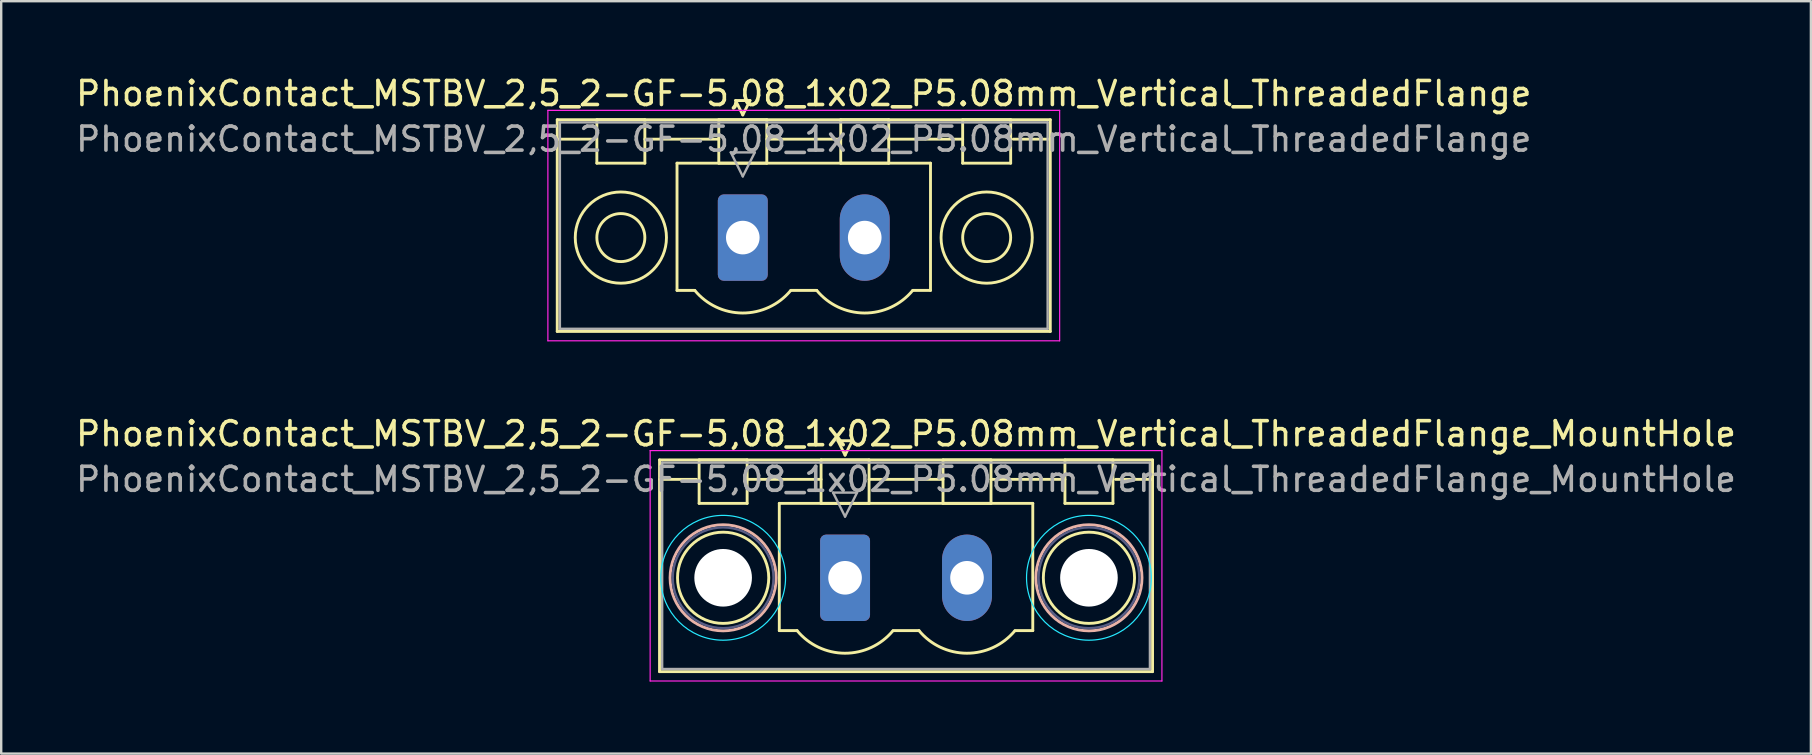
<source format=kicad_pcb>
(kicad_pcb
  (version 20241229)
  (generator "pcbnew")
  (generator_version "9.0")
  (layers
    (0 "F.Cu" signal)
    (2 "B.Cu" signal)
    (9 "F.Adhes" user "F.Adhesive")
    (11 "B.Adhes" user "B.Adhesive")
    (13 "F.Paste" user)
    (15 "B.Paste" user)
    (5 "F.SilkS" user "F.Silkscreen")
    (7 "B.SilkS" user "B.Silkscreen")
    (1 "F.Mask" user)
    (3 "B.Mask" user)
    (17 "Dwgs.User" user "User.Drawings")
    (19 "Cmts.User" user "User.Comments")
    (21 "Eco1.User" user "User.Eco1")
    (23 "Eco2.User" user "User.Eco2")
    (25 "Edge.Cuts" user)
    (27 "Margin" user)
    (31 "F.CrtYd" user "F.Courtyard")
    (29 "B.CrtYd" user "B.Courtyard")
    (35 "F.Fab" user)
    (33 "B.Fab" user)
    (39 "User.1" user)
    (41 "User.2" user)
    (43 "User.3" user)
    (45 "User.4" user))
  (footprint "PhoenixContact_MSTBV_2,5_2-GF-5,08_1x02_P5.08mm_Vertical_ThreadedFlange"
    (layer "F.Cu")
    (at 27.895 6.848)
    (property "Reference" "PhoenixContact_MSTBV_2,5_2-GF-5,08_1x02_P5.08mm_Vertical_ThreadedFlange" (at 2.54 -6 0) (layer "F.SilkS") (effects (font (size 1 1) (thickness 0.15))))
    (attr through_hole)
    (fp_line (start -7.73 -4.91) (end -7.73 3.91) (stroke (width 0.12) (type solid)) (layer "F.SilkS"))
    (fp_line (start -7.73 -4.1) (end -6.19 -4.1) (stroke (width 0.12) (type solid)) (layer "F.SilkS"))
    (fp_line (start -7.73 3.91) (end 12.81 3.91) (stroke (width 0.12) (type solid)) (layer "F.SilkS"))
    (fp_line (start -6.08 -4.91) (end -4.08 -4.91) (stroke (width 0.12) (type solid)) (layer "F.SilkS"))
    (fp_line (start -6.08 -3.1) (end -6.08 -4.91) (stroke (width 0.12) (type solid)) (layer "F.SilkS"))
    (fp_line (start -4.08 -4.91) (end -4.08 -3.1) (stroke (width 0.12) (type solid)) (layer "F.SilkS"))
    (fp_line (start -4.08 -4.1) (end -1 -4.1) (stroke (width 0.12) (type solid)) (layer "F.SilkS"))
    (fp_line (start -4.08 -3.1) (end -6.08 -3.1) (stroke (width 0.12) (type solid)) (layer "F.SilkS"))
    (fp_line (start -2.74 -3.1) (end 7.82 -3.1) (stroke (width 0.12) (type solid)) (layer "F.SilkS"))
    (fp_line (start -2.74 2.2) (end -2.74 -3.1) (stroke (width 0.12) (type solid)) (layer "F.SilkS"))
    (fp_line (start -2 2.2) (end -2.74 2.2) (stroke (width 0.12) (type solid)) (layer "F.SilkS"))
    (fp_line (start -1 -4.91) (end 1 -4.91) (stroke (width 0.12) (type solid)) (layer "F.SilkS"))
    (fp_line (start -1 -3.1) (end -1 -4.91) (stroke (width 0.12) (type solid)) (layer "F.SilkS"))
    (fp_line (start -0.3 -5.71) (end 0.3 -5.71) (stroke (width 0.12) (type solid)) (layer "F.SilkS"))
    (fp_line (start 0 -5.11) (end -0.3 -5.71) (stroke (width 0.12) (type solid)) (layer "F.SilkS"))
    (fp_line (start 0.3 -5.71) (end 0 -5.11) (stroke (width 0.12) (type solid)) (layer "F.SilkS"))
    (fp_line (start 1 -4.91) (end 1 -3.1) (stroke (width 0.12) (type solid)) (layer "F.SilkS"))
    (fp_line (start 1 -4.1) (end 4.08 -4.1) (stroke (width 0.12) (type solid)) (layer "F.SilkS"))
    (fp_line (start 1 -3.1) (end -1 -3.1) (stroke (width 0.12) (type solid)) (layer "F.SilkS"))
    (fp_line (start 2 2.2) (end 3.08 2.2) (stroke (width 0.12) (type solid)) (layer "F.SilkS"))
    (fp_line (start 4.08 -4.91) (end 6.08 -4.91) (stroke (width 0.12) (type solid)) (layer "F.SilkS"))
    (fp_line (start 4.08 -3.1) (end 4.08 -4.91) (stroke (width 0.12) (type solid)) (layer "F.SilkS"))
    (fp_line (start 6.08 -4.91) (end 6.08 -3.1) (stroke (width 0.12) (type solid)) (layer "F.SilkS"))
    (fp_line (start 6.08 -4.1) (end 9.16 -4.1) (stroke (width 0.12) (type solid)) (layer "F.SilkS"))
    (fp_line (start 6.08 -3.1) (end 4.08 -3.1) (stroke (width 0.12) (type solid)) (layer "F.SilkS"))
    (fp_line (start 7.82 -3.1) (end 7.82 2.2) (stroke (width 0.12) (type solid)) (layer "F.SilkS"))
    (fp_line (start 7.82 2.2) (end 7.08 2.2) (stroke (width 0.12) (type solid)) (layer "F.SilkS"))
    (fp_line (start 9.16 -4.91) (end 11.16 -4.91) (stroke (width 0.12) (type solid)) (layer "F.SilkS"))
    (fp_line (start 9.16 -3.1) (end 9.16 -4.91) (stroke (width 0.12) (type solid)) (layer "F.SilkS"))
    (fp_line (start 11.16 -4.91) (end 11.16 -3.1) (stroke (width 0.12) (type solid)) (layer "F.SilkS"))
    (fp_line (start 11.16 -3.1) (end 9.16 -3.1) (stroke (width 0.12) (type solid)) (layer "F.SilkS"))
    (fp_line (start 12.81 -4.91) (end -7.73 -4.91) (stroke (width 0.12) (type solid)) (layer "F.SilkS"))
    (fp_line (start 12.81 -4.1) (end 11.27 -4.1) (stroke (width 0.12) (type solid)) (layer "F.SilkS"))
    (fp_line (start 12.81 3.91) (end 12.81 -4.91) (stroke (width 0.12) (type solid)) (layer "F.SilkS"))
    (fp_arc (start 1.986842 2.215821) (mid -0.010289 3.142758) (end -2 2.2) (stroke (width 0.12) (type solid)) (layer "F.SilkS"))
    (fp_arc (start 7.066842 2.215821) (mid 5.069711 3.142758) (end 3.08 2.2) (stroke (width 0.12) (type solid)) (layer "F.SilkS"))
    (fp_circle (center -5.08 0) (end -4.08 0) (stroke (width 0.12) (type solid)) (fill no) (layer "F.SilkS"))
    (fp_circle (center -5.08 0) (end -3.18 0) (stroke (width 0.12) (type solid)) (fill no) (layer "F.SilkS"))
    (fp_circle (center 10.16 0) (end 11.16 0) (stroke (width 0.12) (type solid)) (fill no) (layer "F.SilkS"))
    (fp_circle (center 10.16 0) (end 12.06 0) (stroke (width 0.12) (type solid)) (fill no) (layer "F.SilkS"))
    (fp_line (start -8.12 -5.3) (end -8.12 4.3) (stroke (width 0.05) (type solid)) (layer "F.CrtYd"))
    (fp_line (start -8.12 4.3) (end 13.2 4.3) (stroke (width 0.05) (type solid)) (layer "F.CrtYd"))
    (fp_line (start 13.2 -5.3) (end -8.12 -5.3) (stroke (width 0.05) (type solid)) (layer "F.CrtYd"))
    (fp_line (start 13.2 4.3) (end 13.2 -5.3) (stroke (width 0.05) (type solid)) (layer "F.CrtYd"))
    (fp_line (start -7.62 -4.8) (end -7.62 3.8) (stroke (width 0.1) (type solid)) (layer "F.Fab"))
    (fp_line (start -7.62 3.8) (end 12.7 3.8) (stroke (width 0.1) (type solid)) (layer "F.Fab"))
    (fp_line (start -0.5 -3.55) (end 0.5 -3.55) (stroke (width 0.1) (type solid)) (layer "F.Fab"))
    (fp_line (start 0 -2.55) (end -0.5 -3.55) (stroke (width 0.1) (type solid)) (layer "F.Fab"))
    (fp_line (start 0.5 -3.55) (end 0 -2.55) (stroke (width 0.1) (type solid)) (layer "F.Fab"))
    (fp_line (start 12.7 -4.8) (end -7.62 -4.8) (stroke (width 0.1) (type solid)) (layer "F.Fab"))
    (fp_line (start 12.7 3.8) (end 12.7 -4.8) (stroke (width 0.1) (type solid)) (layer "F.Fab"))
    (fp_text user "${REFERENCE}" (at 2.54 -4.1 0) (layer "F.Fab") (effects (font (size 1 1) (thickness 0.15))))
    (pad "1" thru_hole roundrect (at 0 0) (size 2.08 3.6) (drill 1.4) (layers "*.Cu" "*.Mask") (roundrect_rratio 0.12))
    (pad "2" thru_hole oval (at 5.08 0) (size 2.08 3.6) (drill 1.4) (layers "*.Cu" "*.Mask")))
  (footprint "PhoenixContact_MSTBV_2,5_2-GF-5,08_1x02_P5.08mm_Vertical_ThreadedFlange_MountHole"
    (layer "F.Cu")
    (at 32.156 21.021)
    (property "Reference" "PhoenixContact_MSTBV_2,5_2-GF-5,08_1x02_P5.08mm_Vertical_ThreadedFlange_MountHole" (at 2.54 -6 0) (layer "F.SilkS") (effects (font (size 1 1) (thickness 0.15))))
    (attr through_hole)
    (fp_line (start -7.73 -4.91) (end -7.73 3.91) (stroke (width 0.12) (type solid)) (layer "F.SilkS"))
    (fp_line (start -7.73 -4.1) (end -6.19 -4.1) (stroke (width 0.12) (type solid)) (layer "F.SilkS"))
    (fp_line (start -7.73 3.91) (end 12.81 3.91) (stroke (width 0.12) (type solid)) (layer "F.SilkS"))
    (fp_line (start -6.08 -4.91) (end -4.08 -4.91) (stroke (width 0.12) (type solid)) (layer "F.SilkS"))
    (fp_line (start -6.08 -3.1) (end -6.08 -4.91) (stroke (width 0.12) (type solid)) (layer "F.SilkS"))
    (fp_line (start -4.08 -4.91) (end -4.08 -3.1) (stroke (width 0.12) (type solid)) (layer "F.SilkS"))
    (fp_line (start -4.08 -4.1) (end -1 -4.1) (stroke (width 0.12) (type solid)) (layer "F.SilkS"))
    (fp_line (start -4.08 -3.1) (end -6.08 -3.1) (stroke (width 0.12) (type solid)) (layer "F.SilkS"))
    (fp_line (start -2.74 -3.1) (end 7.82 -3.1) (stroke (width 0.12) (type solid)) (layer "F.SilkS"))
    (fp_line (start -2.74 2.2) (end -2.74 -3.1) (stroke (width 0.12) (type solid)) (layer "F.SilkS"))
    (fp_line (start -2 2.2) (end -2.74 2.2) (stroke (width 0.12) (type solid)) (layer "F.SilkS"))
    (fp_line (start -1 -4.91) (end 1 -4.91) (stroke (width 0.12) (type solid)) (layer "F.SilkS"))
    (fp_line (start -1 -3.1) (end -1 -4.91) (stroke (width 0.12) (type solid)) (layer "F.SilkS"))
    (fp_line (start -0.3 -5.71) (end 0.3 -5.71) (stroke (width 0.12) (type solid)) (layer "F.SilkS"))
    (fp_line (start 0 -5.11) (end -0.3 -5.71) (stroke (width 0.12) (type solid)) (layer "F.SilkS"))
    (fp_line (start 0.3 -5.71) (end 0 -5.11) (stroke (width 0.12) (type solid)) (layer "F.SilkS"))
    (fp_line (start 1 -4.91) (end 1 -3.1) (stroke (width 0.12) (type solid)) (layer "F.SilkS"))
    (fp_line (start 1 -4.1) (end 4.08 -4.1) (stroke (width 0.12) (type solid)) (layer "F.SilkS"))
    (fp_line (start 1 -3.1) (end -1 -3.1) (stroke (width 0.12) (type solid)) (layer "F.SilkS"))
    (fp_line (start 2 2.2) (end 3.08 2.2) (stroke (width 0.12) (type solid)) (layer "F.SilkS"))
    (fp_line (start 4.08 -4.91) (end 6.08 -4.91) (stroke (width 0.12) (type solid)) (layer "F.SilkS"))
    (fp_line (start 4.08 -3.1) (end 4.08 -4.91) (stroke (width 0.12) (type solid)) (layer "F.SilkS"))
    (fp_line (start 6.08 -4.91) (end 6.08 -3.1) (stroke (width 0.12) (type solid)) (layer "F.SilkS"))
    (fp_line (start 6.08 -4.1) (end 9.16 -4.1) (stroke (width 0.12) (type solid)) (layer "F.SilkS"))
    (fp_line (start 6.08 -3.1) (end 4.08 -3.1) (stroke (width 0.12) (type solid)) (layer "F.SilkS"))
    (fp_line (start 7.82 -3.1) (end 7.82 2.2) (stroke (width 0.12) (type solid)) (layer "F.SilkS"))
    (fp_line (start 7.82 2.2) (end 7.08 2.2) (stroke (width 0.12) (type solid)) (layer "F.SilkS"))
    (fp_line (start 9.16 -4.91) (end 11.16 -4.91) (stroke (width 0.12) (type solid)) (layer "F.SilkS"))
    (fp_line (start 9.16 -3.1) (end 9.16 -4.91) (stroke (width 0.12) (type solid)) (layer "F.SilkS"))
    (fp_line (start 11.16 -4.91) (end 11.16 -3.1) (stroke (width 0.12) (type solid)) (layer "F.SilkS"))
    (fp_line (start 11.16 -3.1) (end 9.16 -3.1) (stroke (width 0.12) (type solid)) (layer "F.SilkS"))
    (fp_line (start 12.81 -4.91) (end -7.73 -4.91) (stroke (width 0.12) (type solid)) (layer "F.SilkS"))
    (fp_line (start 12.81 -4.1) (end 11.27 -4.1) (stroke (width 0.12) (type solid)) (layer "F.SilkS"))
    (fp_line (start 12.81 3.91) (end 12.81 -4.91) (stroke (width 0.12) (type solid)) (layer "F.SilkS"))
    (fp_arc (start 1.986842 2.215821) (mid -0.010289 3.142758) (end -2 2.2) (stroke (width 0.12) (type solid)) (layer "F.SilkS"))
    (fp_arc (start 7.066842 2.215821) (mid 5.069711 3.142758) (end 3.08 2.2) (stroke (width 0.12) (type solid)) (layer "F.SilkS"))
    (fp_circle (center -5.08 0) (end -3.18 0) (stroke (width 0.12) (type solid)) (fill no) (layer "F.SilkS"))
    (fp_circle (center 10.16 0) (end 12.06 0) (stroke (width 0.12) (type solid)) (fill no) (layer "F.SilkS"))
    (fp_circle (center -5.08 0) (end -2.87 0) (stroke (width 0.12) (type solid)) (fill no) (layer "B.SilkS"))
    (fp_circle (center 10.16 0) (end 12.37 0) (stroke (width 0.12) (type solid)) (fill no) (layer "B.SilkS"))
    (fp_circle (center -5.08 0) (end -2.48 0) (stroke (width 0.05) (type solid)) (fill no) (layer "B.CrtYd"))
    (fp_circle (center 10.16 0) (end 12.76 0) (stroke (width 0.05) (type solid)) (fill no) (layer "B.CrtYd"))
    (fp_line (start -8.12 -5.3) (end -8.12 4.3) (stroke (width 0.05) (type solid)) (layer "F.CrtYd"))
    (fp_line (start -8.12 4.3) (end 13.2 4.3) (stroke (width 0.05) (type solid)) (layer "F.CrtYd"))
    (fp_line (start 13.2 -5.3) (end -8.12 -5.3) (stroke (width 0.05) (type solid)) (layer "F.CrtYd"))
    (fp_line (start 13.2 4.3) (end 13.2 -5.3) (stroke (width 0.05) (type solid)) (layer "F.CrtYd"))
    (fp_circle (center -5.08 0) (end -2.98 0) (stroke (width 0.1) (type solid)) (fill no) (layer "B.Fab"))
    (fp_circle (center 10.16 0) (end 12.26 0) (stroke (width 0.1) (type solid)) (fill no) (layer "B.Fab"))
    (fp_line (start -7.62 -4.8) (end -7.62 3.8) (stroke (width 0.1) (type solid)) (layer "F.Fab"))
    (fp_line (start -7.62 3.8) (end 12.7 3.8) (stroke (width 0.1) (type solid)) (layer "F.Fab"))
    (fp_line (start -0.5 -3.55) (end 0.5 -3.55) (stroke (width 0.1) (type solid)) (layer "F.Fab"))
    (fp_line (start 0 -2.55) (end -0.5 -3.55) (stroke (width 0.1) (type solid)) (layer "F.Fab"))
    (fp_line (start 0.5 -3.55) (end 0 -2.55) (stroke (width 0.1) (type solid)) (layer "F.Fab"))
    (fp_line (start 12.7 -4.8) (end -7.62 -4.8) (stroke (width 0.1) (type solid)) (layer "F.Fab"))
    (fp_line (start 12.7 3.8) (end 12.7 -4.8) (stroke (width 0.1) (type solid)) (layer "F.Fab"))
    (fp_text user "${REFERENCE}" (at 2.54 -4.1 0) (layer "F.Fab") (effects (font (size 1 1) (thickness 0.15))))
    (pad "" np_thru_hole circle (at -5.08 0) (size 2.4 2.4) (drill 2.4) (layers "*.Cu" "*.Mask"))
    (pad "" np_thru_hole circle (at 10.16 0) (size 2.4 2.4) (drill 2.4) (layers "*.Cu" "*.Mask"))
    (pad "1" thru_hole roundrect (at 0 0) (size 2.08 3.6) (drill 1.4) (layers "*.Cu" "*.Mask") (roundrect_rratio 0.12))
    (pad "2" thru_hole oval (at 5.08 0) (size 2.08 3.6) (drill 1.4) (layers "*.Cu" "*.Mask")))
  (gr_rect
    (start -3 -3)
    (end 72.393 28.346)
    (stroke (width 0.1) (type default))
    (fill no)
    (layer "Edge.Cuts")))
</source>
